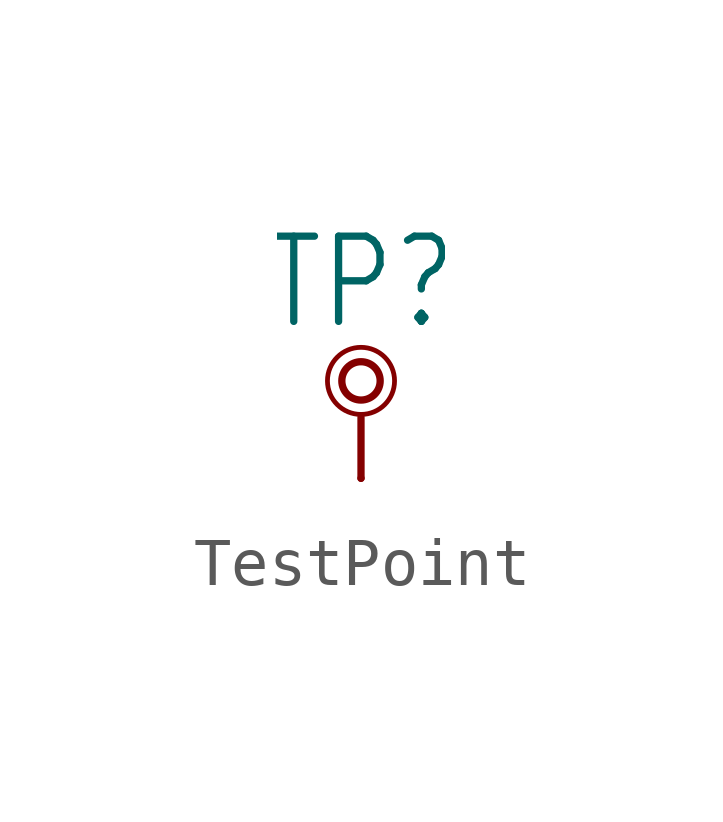
<source format=kicad_sym>
(kicad_symbol_lib
  (version 20211014)
  (generator kicad_symbol_editor)
  (symbol "TestPoint"
    (property "Reference" "TP"
      (at 0 0.508 0)
      (effects (font (size 1.778 1.511)) (justify bottom)))
    (symbol "TestPoint_1_0"
      (circle (center 0 -0.508) (radius 0.4) (stroke (width 0) (type default) (color 0 0 0 0)) (fill (type none)))
      (circle (center 0 -0.508) (radius 0.7) (stroke (width 0.1) (type default) (color 0 0 0 0)) (fill (type none)))
      (polyline (pts (xy 0 -2.54) (xy 0 -1.27)) (stroke (width 0.152) (type default) (color 0 0 0 0)) (fill (type none)))
      (pin passive line (at 0 -2.54 90) (length 0) (name "P$1" (effects (font (size 0 0)))) (number "X" (effects (font (size 0 0))))))))
</source>
